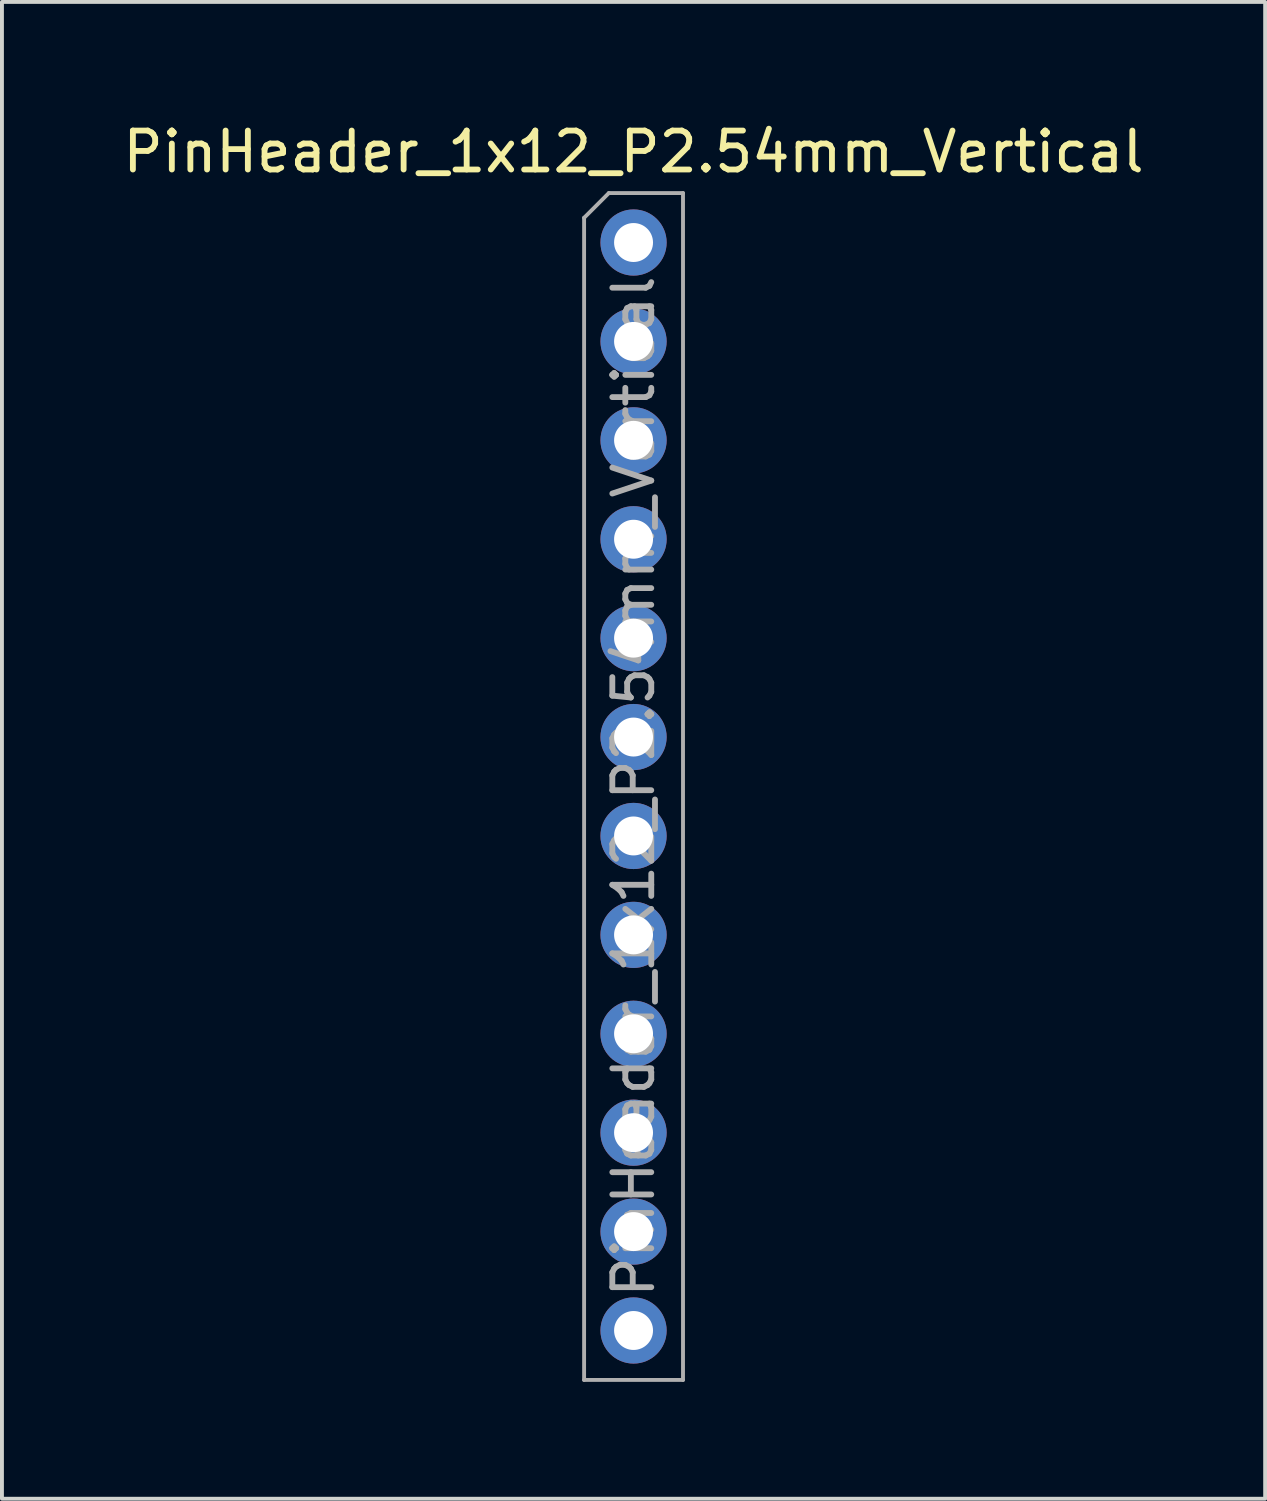
<source format=kicad_pcb>
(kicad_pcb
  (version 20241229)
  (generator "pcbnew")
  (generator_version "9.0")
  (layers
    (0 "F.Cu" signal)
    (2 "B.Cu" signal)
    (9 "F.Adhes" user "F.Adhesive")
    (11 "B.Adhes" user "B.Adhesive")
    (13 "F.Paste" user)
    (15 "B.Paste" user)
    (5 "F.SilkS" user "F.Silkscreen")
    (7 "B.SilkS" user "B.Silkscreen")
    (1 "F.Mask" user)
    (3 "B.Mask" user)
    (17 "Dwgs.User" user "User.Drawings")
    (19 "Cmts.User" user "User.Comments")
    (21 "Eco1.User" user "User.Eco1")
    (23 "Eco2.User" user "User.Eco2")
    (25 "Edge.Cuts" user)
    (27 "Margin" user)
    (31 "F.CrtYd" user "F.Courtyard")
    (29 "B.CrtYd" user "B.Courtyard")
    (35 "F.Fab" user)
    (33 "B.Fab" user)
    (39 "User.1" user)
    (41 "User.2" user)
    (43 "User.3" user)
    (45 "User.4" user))
  (footprint "PinHeader_1x12_P2.54mm_Vertical"
    (layer "F.Cu")
    (at 13.22 3.178)
    (property "Reference" "PinHeader_1x12_P2.54mm_Vertical" (at 0 -2.33 0) (layer "F.SilkS") (effects (font (size 1 1) (thickness 0.15))))
    (attr through_hole)
    (fp_line (start -1.27 -0.635) (end -0.635 -1.27) (stroke (width 0.1) (type solid)) (layer "F.Fab"))
    (fp_line (start -1.27 29.21) (end -1.27 -0.635) (stroke (width 0.1) (type solid)) (layer "F.Fab"))
    (fp_line (start -0.635 -1.27) (end 1.27 -1.27) (stroke (width 0.1) (type solid)) (layer "F.Fab"))
    (fp_line (start 1.27 -1.27) (end 1.27 29.21) (stroke (width 0.1) (type solid)) (layer "F.Fab"))
    (fp_line (start 1.27 29.21) (end -1.27 29.21) (stroke (width 0.1) (type solid)) (layer "F.Fab"))
    (fp_text user "${REFERENCE}" (at 0 13.97 90) (layer "F.Fab") (effects (font (size 1 1) (thickness 0.15))))
    (pad "1" thru_hole circle (at 0 0) (size 1.7 1.7) (drill 1) (layers "*.Cu" "*.Mask"))
    (pad "2" thru_hole oval (at 0 2.54) (size 1.7 1.7) (drill 1) (layers "*.Cu" "*.Mask"))
    (pad "3" thru_hole oval (at 0 5.08) (size 1.7 1.7) (drill 1) (layers "*.Cu" "*.Mask"))
    (pad "4" thru_hole oval (at 0 7.62) (size 1.7 1.7) (drill 1) (layers "*.Cu" "*.Mask"))
    (pad "5" thru_hole oval (at 0 10.16) (size 1.7 1.7) (drill 1) (layers "*.Cu" "*.Mask"))
    (pad "6" thru_hole oval (at 0 12.7) (size 1.7 1.7) (drill 1) (layers "*.Cu" "*.Mask"))
    (pad "7" thru_hole oval (at 0 15.24) (size 1.7 1.7) (drill 1) (layers "*.Cu" "*.Mask"))
    (pad "8" thru_hole oval (at 0 17.78) (size 1.7 1.7) (drill 1) (layers "*.Cu" "*.Mask"))
    (pad "9" thru_hole oval (at 0 20.32) (size 1.7 1.7) (drill 1) (layers "*.Cu" "*.Mask"))
    (pad "10" thru_hole oval (at 0 22.86) (size 1.7 1.7) (drill 1) (layers "*.Cu" "*.Mask"))
    (pad "11" thru_hole oval (at 0 25.4) (size 1.7 1.7) (drill 1) (layers "*.Cu" "*.Mask"))
    (pad "12" thru_hole oval (at 0 27.94) (size 1.7 1.7) (drill 1) (layers "*.Cu" "*.Mask")))
  (gr_rect
    (start -3 -3)
    (end 29.44 35.438)
    (stroke (width 0.1) (type default))
    (fill no)
    (layer "Edge.Cuts")))
</source>
